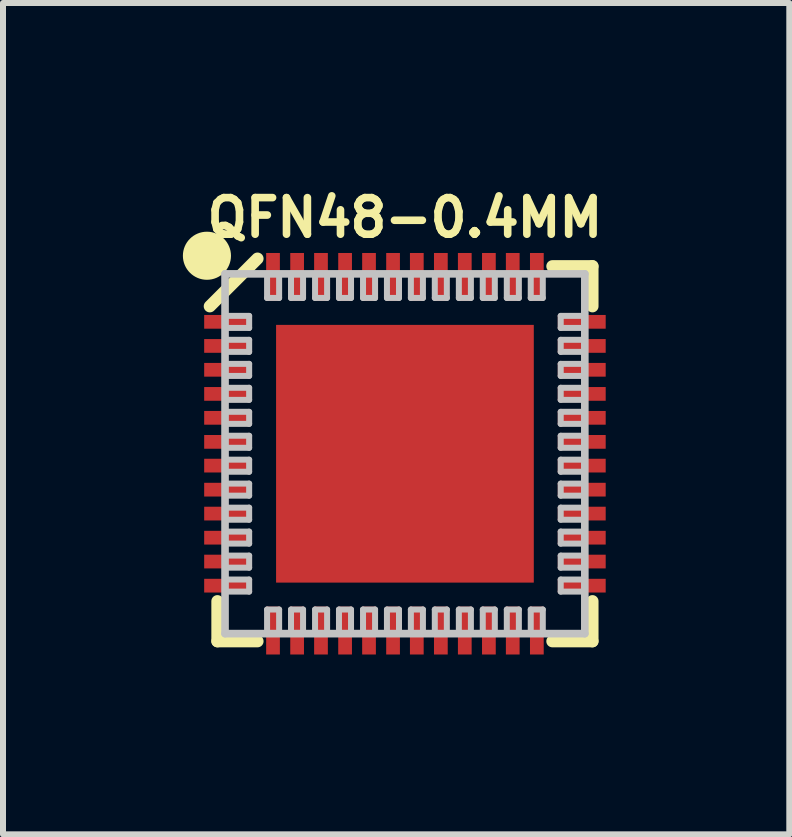
<source format=kicad_pcb>
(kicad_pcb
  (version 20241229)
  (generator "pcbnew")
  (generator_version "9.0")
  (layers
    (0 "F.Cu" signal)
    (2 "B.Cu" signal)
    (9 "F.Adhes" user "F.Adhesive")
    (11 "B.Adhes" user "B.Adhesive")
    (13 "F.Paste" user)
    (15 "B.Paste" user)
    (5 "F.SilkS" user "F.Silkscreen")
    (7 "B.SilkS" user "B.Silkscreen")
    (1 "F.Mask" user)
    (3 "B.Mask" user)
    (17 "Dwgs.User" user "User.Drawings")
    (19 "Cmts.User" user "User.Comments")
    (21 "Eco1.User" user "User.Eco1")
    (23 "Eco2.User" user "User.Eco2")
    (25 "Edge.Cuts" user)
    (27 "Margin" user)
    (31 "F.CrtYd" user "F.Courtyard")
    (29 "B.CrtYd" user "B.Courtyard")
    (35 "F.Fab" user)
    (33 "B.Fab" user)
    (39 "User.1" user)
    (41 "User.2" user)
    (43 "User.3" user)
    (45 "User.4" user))
  (footprint "QFN48-0.4MM"
    (layer "F.Cu")
    (at 3.703 4.517)
    (property "Reference" "QFN48-0.4MM" (at 0 -3.937 0) (layer "F.SilkS") (effects (font (size 0.61 0.61) (thickness 0.127))))
    (attr smd)
    (fp_line (start -3.127 2.459) (end -3.127 3.127) (stroke (width 0.203) (type solid)) (layer "F.SilkS"))
    (fp_line (start -3.127 3.127) (end -2.459 3.127) (stroke (width 0.203) (type solid)) (layer "F.SilkS"))
    (fp_line (start -2.459 -3.254) (end -3.254 -2.459) (stroke (width 0.203) (type solid)) (layer "F.SilkS"))
    (fp_line (start 2.459 3.127) (end 3.127 3.127) (stroke (width 0.203) (type solid)) (layer "F.SilkS"))
    (fp_line (start 3.127 -3.127) (end 2.459 -3.127) (stroke (width 0.203) (type solid)) (layer "F.SilkS"))
    (fp_line (start 3.127 -2.459) (end 3.127 -3.127) (stroke (width 0.203) (type solid)) (layer "F.SilkS"))
    (fp_line (start 3.127 3.127) (end 3.127 2.459) (stroke (width 0.203) (type solid)) (layer "F.SilkS"))
    (fp_circle (center -3.302 -3.302) (end -3.302 -3.703) (stroke (width 0) (type solid)) (fill yes) (layer "F.SilkS"))
    (fp_circle (center -3.302 -3.302) (end -3.175 -3.302) (stroke (width 0.254) (type solid)) (fill no) (layer "F.SilkS"))
    (fp_line (start -1.651 -1.651) (end -0.508 -1.651) (stroke (width 0.508) (type solid)) (layer "F.Paste"))
    (fp_line (start -1.651 -1.143) (end -0.508 -1.143) (stroke (width 0.508) (type solid)) (layer "F.Paste"))
    (fp_line (start -1.651 -0.889) (end -0.508 -0.889) (stroke (width 0.508) (type solid)) (layer "F.Paste"))
    (fp_line (start -1.651 -0.508) (end -1.651 -1.651) (stroke (width 0.508) (type solid)) (layer "F.Paste"))
    (fp_line (start -1.651 0.508) (end -0.508 0.508) (stroke (width 0.508) (type solid)) (layer "F.Paste"))
    (fp_line (start -1.651 0.889) (end -0.508 0.889) (stroke (width 0.508) (type solid)) (layer "F.Paste"))
    (fp_line (start -1.651 1.27) (end -0.508 1.27) (stroke (width 0.508) (type solid)) (layer "F.Paste"))
    (fp_line (start -1.651 1.651) (end -1.651 0.508) (stroke (width 0.508) (type solid)) (layer "F.Paste"))
    (fp_line (start -0.508 -1.651) (end -0.508 -0.508) (stroke (width 0.508) (type solid)) (layer "F.Paste"))
    (fp_line (start -0.508 -0.508) (end -1.651 -0.508) (stroke (width 0.508) (type solid)) (layer "F.Paste"))
    (fp_line (start -0.508 0.508) (end -0.508 1.651) (stroke (width 0.508) (type solid)) (layer "F.Paste"))
    (fp_line (start -0.508 1.651) (end -1.651 1.651) (stroke (width 0.508) (type solid)) (layer "F.Paste"))
    (fp_line (start 0.508 -1.651) (end 1.651 -1.651) (stroke (width 0.508) (type solid)) (layer "F.Paste"))
    (fp_line (start 0.508 -1.27) (end 1.651 -1.27) (stroke (width 0.508) (type solid)) (layer "F.Paste"))
    (fp_line (start 0.508 -0.889) (end 1.651 -0.889) (stroke (width 0.508) (type solid)) (layer "F.Paste"))
    (fp_line (start 0.508 -0.508) (end 0.508 -1.651) (stroke (width 0.508) (type solid)) (layer "F.Paste"))
    (fp_line (start 0.508 0.508) (end 1.651 0.508) (stroke (width 0.508) (type solid)) (layer "F.Paste"))
    (fp_line (start 0.508 0.889) (end 1.651 0.889) (stroke (width 0.508) (type solid)) (layer "F.Paste"))
    (fp_line (start 0.508 1.27) (end 1.651 1.27) (stroke (width 0.508) (type solid)) (layer "F.Paste"))
    (fp_line (start 0.508 1.651) (end 0.508 0.508) (stroke (width 0.508) (type solid)) (layer "F.Paste"))
    (fp_line (start 1.651 -1.651) (end 1.651 -0.508) (stroke (width 0.508) (type solid)) (layer "F.Paste"))
    (fp_line (start 1.651 -0.508) (end 0.508 -0.508) (stroke (width 0.508) (type solid)) (layer "F.Paste"))
    (fp_line (start 1.651 0.508) (end 1.651 1.651) (stroke (width 0.508) (type solid)) (layer "F.Paste"))
    (fp_line (start 1.651 1.651) (end 0.508 1.651) (stroke (width 0.508) (type solid)) (layer "F.Paste"))
    (fp_line (start -3 -3) (end -3 3) (stroke (width 0.127) (type solid)) (layer "Dwgs.User"))
    (fp_line (start -3 -2.299) (end -3 -2.098) (stroke (width 0.1) (type solid)) (layer "Dwgs.User"))
    (fp_line (start -3 -2.098) (end -2.598 -2.098) (stroke (width 0.1) (type solid)) (layer "Dwgs.User"))
    (fp_line (start -3 -1.9) (end -3 -1.699) (stroke (width 0.1) (type solid)) (layer "Dwgs.User"))
    (fp_line (start -3 -1.699) (end -2.598 -1.699) (stroke (width 0.1) (type solid)) (layer "Dwgs.User"))
    (fp_line (start -3 -1.499) (end -3 -1.298) (stroke (width 0.1) (type solid)) (layer "Dwgs.User"))
    (fp_line (start -3 -1.298) (end -2.598 -1.298) (stroke (width 0.1) (type solid)) (layer "Dwgs.User"))
    (fp_line (start -3 -1.1) (end -3 -0.899) (stroke (width 0.1) (type solid)) (layer "Dwgs.User"))
    (fp_line (start -3 -0.899) (end -2.598 -0.899) (stroke (width 0.1) (type solid)) (layer "Dwgs.User"))
    (fp_line (start -3 -0.699) (end -3 -0.498) (stroke (width 0.1) (type solid)) (layer "Dwgs.User"))
    (fp_line (start -3 -0.498) (end -2.598 -0.498) (stroke (width 0.1) (type solid)) (layer "Dwgs.User"))
    (fp_line (start -3 -0.3) (end -3 -0.099) (stroke (width 0.1) (type solid)) (layer "Dwgs.User"))
    (fp_line (start -3 -0.099) (end -2.598 -0.099) (stroke (width 0.1) (type solid)) (layer "Dwgs.User"))
    (fp_line (start -3 0.099) (end -3 0.3) (stroke (width 0.1) (type solid)) (layer "Dwgs.User"))
    (fp_line (start -3 0.3) (end -2.598 0.3) (stroke (width 0.1) (type solid)) (layer "Dwgs.User"))
    (fp_line (start -3 0.498) (end -3 0.699) (stroke (width 0.1) (type solid)) (layer "Dwgs.User"))
    (fp_line (start -3 0.699) (end -2.598 0.699) (stroke (width 0.1) (type solid)) (layer "Dwgs.User"))
    (fp_line (start -3 0.899) (end -3 1.1) (stroke (width 0.1) (type solid)) (layer "Dwgs.User"))
    (fp_line (start -3 1.1) (end -2.598 1.1) (stroke (width 0.1) (type solid)) (layer "Dwgs.User"))
    (fp_line (start -3 1.298) (end -3 1.499) (stroke (width 0.1) (type solid)) (layer "Dwgs.User"))
    (fp_line (start -3 1.499) (end -2.598 1.499) (stroke (width 0.1) (type solid)) (layer "Dwgs.User"))
    (fp_line (start -3 1.699) (end -3 1.9) (stroke (width 0.1) (type solid)) (layer "Dwgs.User"))
    (fp_line (start -3 1.9) (end -2.598 1.9) (stroke (width 0.1) (type solid)) (layer "Dwgs.User"))
    (fp_line (start -3 2.098) (end -3 2.299) (stroke (width 0.1) (type solid)) (layer "Dwgs.User"))
    (fp_line (start -3 2.299) (end -2.598 2.299) (stroke (width 0.1) (type solid)) (layer "Dwgs.User"))
    (fp_line (start -3 3) (end 3 3) (stroke (width 0.127) (type solid)) (layer "Dwgs.User"))
    (fp_line (start -2.598 -2.299) (end -3 -2.299) (stroke (width 0.1) (type solid)) (layer "Dwgs.User"))
    (fp_line (start -2.598 -2.098) (end -2.598 -2.299) (stroke (width 0.1) (type solid)) (layer "Dwgs.User"))
    (fp_line (start -2.598 -1.9) (end -3 -1.9) (stroke (width 0.1) (type solid)) (layer "Dwgs.User"))
    (fp_line (start -2.598 -1.699) (end -2.598 -1.9) (stroke (width 0.1) (type solid)) (layer "Dwgs.User"))
    (fp_line (start -2.598 -1.499) (end -3 -1.499) (stroke (width 0.1) (type solid)) (layer "Dwgs.User"))
    (fp_line (start -2.598 -1.298) (end -2.598 -1.499) (stroke (width 0.1) (type solid)) (layer "Dwgs.User"))
    (fp_line (start -2.598 -1.1) (end -3 -1.1) (stroke (width 0.1) (type solid)) (layer "Dwgs.User"))
    (fp_line (start -2.598 -0.899) (end -2.598 -1.1) (stroke (width 0.1) (type solid)) (layer "Dwgs.User"))
    (fp_line (start -2.598 -0.699) (end -3 -0.699) (stroke (width 0.1) (type solid)) (layer "Dwgs.User"))
    (fp_line (start -2.598 -0.498) (end -2.598 -0.699) (stroke (width 0.1) (type solid)) (layer "Dwgs.User"))
    (fp_line (start -2.598 -0.3) (end -3 -0.3) (stroke (width 0.1) (type solid)) (layer "Dwgs.User"))
    (fp_line (start -2.598 -0.099) (end -2.598 -0.3) (stroke (width 0.1) (type solid)) (layer "Dwgs.User"))
    (fp_line (start -2.598 0.099) (end -3 0.099) (stroke (width 0.1) (type solid)) (layer "Dwgs.User"))
    (fp_line (start -2.598 0.3) (end -2.598 0.099) (stroke (width 0.1) (type solid)) (layer "Dwgs.User"))
    (fp_line (start -2.598 0.498) (end -3 0.498) (stroke (width 0.1) (type solid)) (layer "Dwgs.User"))
    (fp_line (start -2.598 0.699) (end -2.598 0.498) (stroke (width 0.1) (type solid)) (layer "Dwgs.User"))
    (fp_line (start -2.598 0.899) (end -3 0.899) (stroke (width 0.1) (type solid)) (layer "Dwgs.User"))
    (fp_line (start -2.598 1.1) (end -2.598 0.899) (stroke (width 0.1) (type solid)) (layer "Dwgs.User"))
    (fp_line (start -2.598 1.298) (end -3 1.298) (stroke (width 0.1) (type solid)) (layer "Dwgs.User"))
    (fp_line (start -2.598 1.499) (end -2.598 1.298) (stroke (width 0.1) (type solid)) (layer "Dwgs.User"))
    (fp_line (start -2.598 1.699) (end -3 1.699) (stroke (width 0.1) (type solid)) (layer "Dwgs.User"))
    (fp_line (start -2.598 1.9) (end -2.598 1.699) (stroke (width 0.1) (type solid)) (layer "Dwgs.User"))
    (fp_line (start -2.598 2.098) (end -3 2.098) (stroke (width 0.1) (type solid)) (layer "Dwgs.User"))
    (fp_line (start -2.598 2.299) (end -2.598 2.098) (stroke (width 0.1) (type solid)) (layer "Dwgs.User"))
    (fp_line (start -2.299 -3) (end -2.299 -2.598) (stroke (width 0.1) (type solid)) (layer "Dwgs.User"))
    (fp_line (start -2.299 -2.598) (end -2.098 -2.598) (stroke (width 0.1) (type solid)) (layer "Dwgs.User"))
    (fp_line (start -2.299 2.598) (end -2.299 3) (stroke (width 0.1) (type solid)) (layer "Dwgs.User"))
    (fp_line (start -2.299 3) (end -2.098 3) (stroke (width 0.1) (type solid)) (layer "Dwgs.User"))
    (fp_line (start -2.098 -3) (end -2.299 -3) (stroke (width 0.1) (type solid)) (layer "Dwgs.User"))
    (fp_line (start -2.098 -2.598) (end -2.098 -3) (stroke (width 0.1) (type solid)) (layer "Dwgs.User"))
    (fp_line (start -2.098 2.598) (end -2.299 2.598) (stroke (width 0.1) (type solid)) (layer "Dwgs.User"))
    (fp_line (start -2.098 3) (end -2.098 2.598) (stroke (width 0.1) (type solid)) (layer "Dwgs.User"))
    (fp_line (start -1.9 -3) (end -1.9 -2.598) (stroke (width 0.1) (type solid)) (layer "Dwgs.User"))
    (fp_line (start -1.9 -2.598) (end -1.699 -2.598) (stroke (width 0.1) (type solid)) (layer "Dwgs.User"))
    (fp_line (start -1.9 2.598) (end -1.9 3) (stroke (width 0.1) (type solid)) (layer "Dwgs.User"))
    (fp_line (start -1.9 3) (end -1.699 3) (stroke (width 0.1) (type solid)) (layer "Dwgs.User"))
    (fp_line (start -1.699 -3) (end -1.9 -3) (stroke (width 0.1) (type solid)) (layer "Dwgs.User"))
    (fp_line (start -1.699 -2.598) (end -1.699 -3) (stroke (width 0.1) (type solid)) (layer "Dwgs.User"))
    (fp_line (start -1.699 2.598) (end -1.9 2.598) (stroke (width 0.1) (type solid)) (layer "Dwgs.User"))
    (fp_line (start -1.699 3) (end -1.699 2.598) (stroke (width 0.1) (type solid)) (layer "Dwgs.User"))
    (fp_line (start -1.499 -3) (end -1.499 -2.598) (stroke (width 0.1) (type solid)) (layer "Dwgs.User"))
    (fp_line (start -1.499 -2.598) (end -1.298 -2.598) (stroke (width 0.1) (type solid)) (layer "Dwgs.User"))
    (fp_line (start -1.499 2.598) (end -1.499 3) (stroke (width 0.1) (type solid)) (layer "Dwgs.User"))
    (fp_line (start -1.499 3) (end -1.298 3) (stroke (width 0.1) (type solid)) (layer "Dwgs.User"))
    (fp_line (start -1.298 -3) (end -1.499 -3) (stroke (width 0.1) (type solid)) (layer "Dwgs.User"))
    (fp_line (start -1.298 -2.598) (end -1.298 -3) (stroke (width 0.1) (type solid)) (layer "Dwgs.User"))
    (fp_line (start -1.298 2.598) (end -1.499 2.598) (stroke (width 0.1) (type solid)) (layer "Dwgs.User"))
    (fp_line (start -1.298 3) (end -1.298 2.598) (stroke (width 0.1) (type solid)) (layer "Dwgs.User"))
    (fp_line (start -1.1 -3) (end -1.1 -2.598) (stroke (width 0.1) (type solid)) (layer "Dwgs.User"))
    (fp_line (start -1.1 -2.598) (end -0.899 -2.598) (stroke (width 0.1) (type solid)) (layer "Dwgs.User"))
    (fp_line (start -1.1 2.598) (end -1.1 3) (stroke (width 0.1) (type solid)) (layer "Dwgs.User"))
    (fp_line (start -1.1 3) (end -0.899 3) (stroke (width 0.1) (type solid)) (layer "Dwgs.User"))
    (fp_line (start -0.899 -3) (end -1.1 -3) (stroke (width 0.1) (type solid)) (layer "Dwgs.User"))
    (fp_line (start -0.899 -2.598) (end -0.899 -3) (stroke (width 0.1) (type solid)) (layer "Dwgs.User"))
    (fp_line (start -0.899 2.598) (end -1.1 2.598) (stroke (width 0.1) (type solid)) (layer "Dwgs.User"))
    (fp_line (start -0.899 3) (end -0.899 2.598) (stroke (width 0.1) (type solid)) (layer "Dwgs.User"))
    (fp_line (start -0.699 -3) (end -0.699 -2.598) (stroke (width 0.1) (type solid)) (layer "Dwgs.User"))
    (fp_line (start -0.699 -2.598) (end -0.498 -2.598) (stroke (width 0.1) (type solid)) (layer "Dwgs.User"))
    (fp_line (start -0.699 2.598) (end -0.699 3) (stroke (width 0.1) (type solid)) (layer "Dwgs.User"))
    (fp_line (start -0.699 3) (end -0.498 3) (stroke (width 0.1) (type solid)) (layer "Dwgs.User"))
    (fp_line (start -0.498 -3) (end -0.699 -3) (stroke (width 0.1) (type solid)) (layer "Dwgs.User"))
    (fp_line (start -0.498 -2.598) (end -0.498 -3) (stroke (width 0.1) (type solid)) (layer "Dwgs.User"))
    (fp_line (start -0.498 2.598) (end -0.699 2.598) (stroke (width 0.1) (type solid)) (layer "Dwgs.User"))
    (fp_line (start -0.498 3) (end -0.498 2.598) (stroke (width 0.1) (type solid)) (layer "Dwgs.User"))
    (fp_line (start -0.3 -3) (end -0.3 -2.598) (stroke (width 0.1) (type solid)) (layer "Dwgs.User"))
    (fp_line (start -0.3 -2.598) (end -0.099 -2.598) (stroke (width 0.1) (type solid)) (layer "Dwgs.User"))
    (fp_line (start -0.3 2.598) (end -0.3 3) (stroke (width 0.1) (type solid)) (layer "Dwgs.User"))
    (fp_line (start -0.3 3) (end -0.099 3) (stroke (width 0.1) (type solid)) (layer "Dwgs.User"))
    (fp_line (start -0.099 -3) (end -0.3 -3) (stroke (width 0.1) (type solid)) (layer "Dwgs.User"))
    (fp_line (start -0.099 -2.598) (end -0.099 -3) (stroke (width 0.1) (type solid)) (layer "Dwgs.User"))
    (fp_line (start -0.099 2.598) (end -0.3 2.598) (stroke (width 0.1) (type solid)) (layer "Dwgs.User"))
    (fp_line (start -0.099 3) (end -0.099 2.598) (stroke (width 0.1) (type solid)) (layer "Dwgs.User"))
    (fp_line (start 0.099 -3) (end 0.099 -2.598) (stroke (width 0.1) (type solid)) (layer "Dwgs.User"))
    (fp_line (start 0.099 -2.598) (end 0.3 -2.598) (stroke (width 0.1) (type solid)) (layer "Dwgs.User"))
    (fp_line (start 0.099 2.598) (end 0.099 3) (stroke (width 0.1) (type solid)) (layer "Dwgs.User"))
    (fp_line (start 0.099 3) (end 0.3 3) (stroke (width 0.1) (type solid)) (layer "Dwgs.User"))
    (fp_line (start 0.3 -3) (end 0.099 -3) (stroke (width 0.1) (type solid)) (layer "Dwgs.User"))
    (fp_line (start 0.3 -2.598) (end 0.3 -3) (stroke (width 0.1) (type solid)) (layer "Dwgs.User"))
    (fp_line (start 0.3 2.598) (end 0.099 2.598) (stroke (width 0.1) (type solid)) (layer "Dwgs.User"))
    (fp_line (start 0.3 3) (end 0.3 2.598) (stroke (width 0.1) (type solid)) (layer "Dwgs.User"))
    (fp_line (start 0.498 -3) (end 0.498 -2.598) (stroke (width 0.1) (type solid)) (layer "Dwgs.User"))
    (fp_line (start 0.498 -2.598) (end 0.699 -2.598) (stroke (width 0.1) (type solid)) (layer "Dwgs.User"))
    (fp_line (start 0.498 2.598) (end 0.498 3) (stroke (width 0.1) (type solid)) (layer "Dwgs.User"))
    (fp_line (start 0.498 3) (end 0.699 3) (stroke (width 0.1) (type solid)) (layer "Dwgs.User"))
    (fp_line (start 0.699 -3) (end 0.498 -3) (stroke (width 0.1) (type solid)) (layer "Dwgs.User"))
    (fp_line (start 0.699 -2.598) (end 0.699 -3) (stroke (width 0.1) (type solid)) (layer "Dwgs.User"))
    (fp_line (start 0.699 2.598) (end 0.498 2.598) (stroke (width 0.1) (type solid)) (layer "Dwgs.User"))
    (fp_line (start 0.699 3) (end 0.699 2.598) (stroke (width 0.1) (type solid)) (layer "Dwgs.User"))
    (fp_line (start 0.899 -3) (end 0.899 -2.598) (stroke (width 0.1) (type solid)) (layer "Dwgs.User"))
    (fp_line (start 0.899 -2.598) (end 1.1 -2.598) (stroke (width 0.1) (type solid)) (layer "Dwgs.User"))
    (fp_line (start 0.899 2.598) (end 0.899 3) (stroke (width 0.1) (type solid)) (layer "Dwgs.User"))
    (fp_line (start 0.899 3) (end 1.1 3) (stroke (width 0.1) (type solid)) (layer "Dwgs.User"))
    (fp_line (start 1.1 -3) (end 0.899 -3) (stroke (width 0.1) (type solid)) (layer "Dwgs.User"))
    (fp_line (start 1.1 -2.598) (end 1.1 -3) (stroke (width 0.1) (type solid)) (layer "Dwgs.User"))
    (fp_line (start 1.1 2.598) (end 0.899 2.598) (stroke (width 0.1) (type solid)) (layer "Dwgs.User"))
    (fp_line (start 1.1 3) (end 1.1 2.598) (stroke (width 0.1) (type solid)) (layer "Dwgs.User"))
    (fp_line (start 1.298 -3) (end 1.298 -2.598) (stroke (width 0.1) (type solid)) (layer "Dwgs.User"))
    (fp_line (start 1.298 -2.598) (end 1.499 -2.598) (stroke (width 0.1) (type solid)) (layer "Dwgs.User"))
    (fp_line (start 1.298 2.598) (end 1.298 3) (stroke (width 0.1) (type solid)) (layer "Dwgs.User"))
    (fp_line (start 1.298 3) (end 1.499 3) (stroke (width 0.1) (type solid)) (layer "Dwgs.User"))
    (fp_line (start 1.499 -3) (end 1.298 -3) (stroke (width 0.1) (type solid)) (layer "Dwgs.User"))
    (fp_line (start 1.499 -2.598) (end 1.499 -3) (stroke (width 0.1) (type solid)) (layer "Dwgs.User"))
    (fp_line (start 1.499 2.598) (end 1.298 2.598) (stroke (width 0.1) (type solid)) (layer "Dwgs.User"))
    (fp_line (start 1.499 3) (end 1.499 2.598) (stroke (width 0.1) (type solid)) (layer "Dwgs.User"))
    (fp_line (start 1.699 -3) (end 1.699 -2.598) (stroke (width 0.1) (type solid)) (layer "Dwgs.User"))
    (fp_line (start 1.699 -2.598) (end 1.9 -2.598) (stroke (width 0.1) (type solid)) (layer "Dwgs.User"))
    (fp_line (start 1.699 2.598) (end 1.699 3) (stroke (width 0.1) (type solid)) (layer "Dwgs.User"))
    (fp_line (start 1.699 3) (end 1.9 3) (stroke (width 0.1) (type solid)) (layer "Dwgs.User"))
    (fp_line (start 1.9 -3) (end 1.699 -3) (stroke (width 0.1) (type solid)) (layer "Dwgs.User"))
    (fp_line (start 1.9 -2.598) (end 1.9 -3) (stroke (width 0.1) (type solid)) (layer "Dwgs.User"))
    (fp_line (start 1.9 2.598) (end 1.699 2.598) (stroke (width 0.1) (type solid)) (layer "Dwgs.User"))
    (fp_line (start 1.9 3) (end 1.9 2.598) (stroke (width 0.1) (type solid)) (layer "Dwgs.User"))
    (fp_line (start 2.098 -3) (end 2.098 -2.598) (stroke (width 0.1) (type solid)) (layer "Dwgs.User"))
    (fp_line (start 2.098 -2.598) (end 2.299 -2.598) (stroke (width 0.1) (type solid)) (layer "Dwgs.User"))
    (fp_line (start 2.098 2.598) (end 2.098 3) (stroke (width 0.1) (type solid)) (layer "Dwgs.User"))
    (fp_line (start 2.098 3) (end 2.299 3) (stroke (width 0.1) (type solid)) (layer "Dwgs.User"))
    (fp_line (start 2.299 -3) (end 2.098 -3) (stroke (width 0.1) (type solid)) (layer "Dwgs.User"))
    (fp_line (start 2.299 -2.598) (end 2.299 -3) (stroke (width 0.1) (type solid)) (layer "Dwgs.User"))
    (fp_line (start 2.299 2.598) (end 2.098 2.598) (stroke (width 0.1) (type solid)) (layer "Dwgs.User"))
    (fp_line (start 2.299 3) (end 2.299 2.598) (stroke (width 0.1) (type solid)) (layer "Dwgs.User"))
    (fp_line (start 2.598 -2.299) (end 2.598 -2.098) (stroke (width 0.1) (type solid)) (layer "Dwgs.User"))
    (fp_line (start 2.598 -2.098) (end 3 -2.098) (stroke (width 0.1) (type solid)) (layer "Dwgs.User"))
    (fp_line (start 2.598 -1.9) (end 2.598 -1.699) (stroke (width 0.1) (type solid)) (layer "Dwgs.User"))
    (fp_line (start 2.598 -1.699) (end 3 -1.699) (stroke (width 0.1) (type solid)) (layer "Dwgs.User"))
    (fp_line (start 2.598 -1.499) (end 2.598 -1.298) (stroke (width 0.1) (type solid)) (layer "Dwgs.User"))
    (fp_line (start 2.598 -1.298) (end 3 -1.298) (stroke (width 0.1) (type solid)) (layer "Dwgs.User"))
    (fp_line (start 2.598 -1.1) (end 2.598 -0.899) (stroke (width 0.1) (type solid)) (layer "Dwgs.User"))
    (fp_line (start 2.598 -0.899) (end 3 -0.899) (stroke (width 0.1) (type solid)) (layer "Dwgs.User"))
    (fp_line (start 2.598 -0.699) (end 2.598 -0.498) (stroke (width 0.1) (type solid)) (layer "Dwgs.User"))
    (fp_line (start 2.598 -0.498) (end 3 -0.498) (stroke (width 0.1) (type solid)) (layer "Dwgs.User"))
    (fp_line (start 2.598 -0.3) (end 2.598 -0.099) (stroke (width 0.1) (type solid)) (layer "Dwgs.User"))
    (fp_line (start 2.598 -0.099) (end 3 -0.099) (stroke (width 0.1) (type solid)) (layer "Dwgs.User"))
    (fp_line (start 2.598 0.099) (end 2.598 0.3) (stroke (width 0.1) (type solid)) (layer "Dwgs.User"))
    (fp_line (start 2.598 0.3) (end 3 0.3) (stroke (width 0.1) (type solid)) (layer "Dwgs.User"))
    (fp_line (start 2.598 0.498) (end 2.598 0.699) (stroke (width 0.1) (type solid)) (layer "Dwgs.User"))
    (fp_line (start 2.598 0.699) (end 3 0.699) (stroke (width 0.1) (type solid)) (layer "Dwgs.User"))
    (fp_line (start 2.598 0.899) (end 2.598 1.1) (stroke (width 0.1) (type solid)) (layer "Dwgs.User"))
    (fp_line (start 2.598 1.1) (end 3 1.1) (stroke (width 0.1) (type solid)) (layer "Dwgs.User"))
    (fp_line (start 2.598 1.298) (end 2.598 1.499) (stroke (width 0.1) (type solid)) (layer "Dwgs.User"))
    (fp_line (start 2.598 1.499) (end 3 1.499) (stroke (width 0.1) (type solid)) (layer "Dwgs.User"))
    (fp_line (start 2.598 1.699) (end 2.598 1.9) (stroke (width 0.1) (type solid)) (layer "Dwgs.User"))
    (fp_line (start 2.598 1.9) (end 3 1.9) (stroke (width 0.1) (type solid)) (layer "Dwgs.User"))
    (fp_line (start 2.598 2.098) (end 2.598 2.299) (stroke (width 0.1) (type solid)) (layer "Dwgs.User"))
    (fp_line (start 2.598 2.299) (end 3 2.299) (stroke (width 0.1) (type solid)) (layer "Dwgs.User"))
    (fp_line (start 3 -3) (end -3 -3) (stroke (width 0.127) (type solid)) (layer "Dwgs.User"))
    (fp_line (start 3 -2.299) (end 2.598 -2.299) (stroke (width 0.1) (type solid)) (layer "Dwgs.User"))
    (fp_line (start 3 -2.098) (end 3 -2.299) (stroke (width 0.1) (type solid)) (layer "Dwgs.User"))
    (fp_line (start 3 -1.9) (end 2.598 -1.9) (stroke (width 0.1) (type solid)) (layer "Dwgs.User"))
    (fp_line (start 3 -1.699) (end 3 -1.9) (stroke (width 0.1) (type solid)) (layer "Dwgs.User"))
    (fp_line (start 3 -1.499) (end 2.598 -1.499) (stroke (width 0.1) (type solid)) (layer "Dwgs.User"))
    (fp_line (start 3 -1.298) (end 3 -1.499) (stroke (width 0.1) (type solid)) (layer "Dwgs.User"))
    (fp_line (start 3 -1.1) (end 2.598 -1.1) (stroke (width 0.1) (type solid)) (layer "Dwgs.User"))
    (fp_line (start 3 -0.899) (end 3 -1.1) (stroke (width 0.1) (type solid)) (layer "Dwgs.User"))
    (fp_line (start 3 -0.699) (end 2.598 -0.699) (stroke (width 0.1) (type solid)) (layer "Dwgs.User"))
    (fp_line (start 3 -0.498) (end 3 -0.699) (stroke (width 0.1) (type solid)) (layer "Dwgs.User"))
    (fp_line (start 3 -0.3) (end 2.598 -0.3) (stroke (width 0.1) (type solid)) (layer "Dwgs.User"))
    (fp_line (start 3 -0.099) (end 3 -0.3) (stroke (width 0.1) (type solid)) (layer "Dwgs.User"))
    (fp_line (start 3 0.099) (end 2.598 0.099) (stroke (width 0.1) (type solid)) (layer "Dwgs.User"))
    (fp_line (start 3 0.3) (end 3 0.099) (stroke (width 0.1) (type solid)) (layer "Dwgs.User"))
    (fp_line (start 3 0.498) (end 2.598 0.498) (stroke (width 0.1) (type solid)) (layer "Dwgs.User"))
    (fp_line (start 3 0.699) (end 3 0.498) (stroke (width 0.1) (type solid)) (layer "Dwgs.User"))
    (fp_line (start 3 0.899) (end 2.598 0.899) (stroke (width 0.1) (type solid)) (layer "Dwgs.User"))
    (fp_line (start 3 1.1) (end 3 0.899) (stroke (width 0.1) (type solid)) (layer "Dwgs.User"))
    (fp_line (start 3 1.298) (end 2.598 1.298) (stroke (width 0.1) (type solid)) (layer "Dwgs.User"))
    (fp_line (start 3 1.499) (end 3 1.298) (stroke (width 0.1) (type solid)) (layer "Dwgs.User"))
    (fp_line (start 3 1.699) (end 2.598 1.699) (stroke (width 0.1) (type solid)) (layer "Dwgs.User"))
    (fp_line (start 3 1.9) (end 3 1.699) (stroke (width 0.1) (type solid)) (layer "Dwgs.User"))
    (fp_line (start 3 2.098) (end 2.598 2.098) (stroke (width 0.1) (type solid)) (layer "Dwgs.User"))
    (fp_line (start 3 2.299) (end 3 2.098) (stroke (width 0.1) (type solid)) (layer "Dwgs.User"))
    (fp_line (start 3 3) (end 3 -3) (stroke (width 0.127) (type solid)) (layer "Dwgs.User"))
    (pad "1" smd rect (at -2.949 -2.2 270) (size 0.229 0.798) (layers "F.Cu" "F.Mask" "F.Paste"))
    (pad "2" smd rect (at -2.949 -1.798 270) (size 0.229 0.798) (layers "F.Cu" "F.Mask" "F.Paste"))
    (pad "3" smd rect (at -2.949 -1.4 270) (size 0.229 0.798) (layers "F.Cu" "F.Mask" "F.Paste"))
    (pad "4" smd rect (at -2.949 -0.998 270) (size 0.229 0.798) (layers "F.Cu" "F.Mask" "F.Paste"))
    (pad "5" smd rect (at -2.949 -0.599 270) (size 0.229 0.798) (layers "F.Cu" "F.Mask" "F.Paste"))
    (pad "6" smd rect (at -2.949 -0.198 270) (size 0.229 0.798) (layers "F.Cu" "F.Mask" "F.Paste"))
    (pad "7" smd rect (at -2.949 0.198 270) (size 0.229 0.798) (layers "F.Cu" "F.Mask" "F.Paste"))
    (pad "8" smd rect (at -2.949 0.599 270) (size 0.229 0.798) (layers "F.Cu" "F.Mask" "F.Paste"))
    (pad "9" smd rect (at -2.949 0.998 270) (size 0.229 0.798) (layers "F.Cu" "F.Mask" "F.Paste"))
    (pad "10" smd rect (at -2.949 1.4 270) (size 0.229 0.798) (layers "F.Cu" "F.Mask" "F.Paste"))
    (pad "11" smd rect (at -2.949 1.798 270) (size 0.229 0.798) (layers "F.Cu" "F.Mask" "F.Paste"))
    (pad "12" smd rect (at -2.949 2.2 270) (size 0.229 0.798) (layers "F.Cu" "F.Mask" "F.Paste"))
    (pad "13" smd rect (at -2.2 2.949) (size 0.229 0.798) (layers "F.Cu" "F.Mask" "F.Paste"))
    (pad "14" smd rect (at -1.798 2.949) (size 0.229 0.798) (layers "F.Cu" "F.Mask" "F.Paste"))
    (pad "15" smd rect (at -1.4 2.949) (size 0.229 0.798) (layers "F.Cu" "F.Mask" "F.Paste"))
    (pad "16" smd rect (at -0.998 2.949) (size 0.229 0.798) (layers "F.Cu" "F.Mask" "F.Paste"))
    (pad "17" smd rect (at -0.599 2.949) (size 0.229 0.798) (layers "F.Cu" "F.Mask" "F.Paste"))
    (pad "18" smd rect (at -0.198 2.949) (size 0.229 0.798) (layers "F.Cu" "F.Mask" "F.Paste"))
    (pad "19" smd rect (at 0.198 2.949) (size 0.229 0.798) (layers "F.Cu" "F.Mask" "F.Paste"))
    (pad "20" smd rect (at 0.599 2.949) (size 0.229 0.798) (layers "F.Cu" "F.Mask" "F.Paste"))
    (pad "21" smd rect (at 0.998 2.949) (size 0.229 0.798) (layers "F.Cu" "F.Mask" "F.Paste"))
    (pad "22" smd rect (at 1.4 2.949) (size 0.229 0.798) (layers "F.Cu" "F.Mask" "F.Paste"))
    (pad "23" smd rect (at 1.798 2.949) (size 0.229 0.798) (layers "F.Cu" "F.Mask" "F.Paste"))
    (pad "24" smd rect (at 2.2 2.949) (size 0.229 0.798) (layers "F.Cu" "F.Mask" "F.Paste"))
    (pad "25" smd rect (at 2.949 2.2 90) (size 0.229 0.798) (layers "F.Cu" "F.Mask" "F.Paste"))
    (pad "26" smd rect (at 2.949 1.798 90) (size 0.229 0.798) (layers "F.Cu" "F.Mask" "F.Paste"))
    (pad "27" smd rect (at 2.949 1.4 90) (size 0.229 0.798) (layers "F.Cu" "F.Mask" "F.Paste"))
    (pad "28" smd rect (at 2.949 0.998 90) (size 0.229 0.798) (layers "F.Cu" "F.Mask" "F.Paste"))
    (pad "29" smd rect (at 2.949 0.599 90) (size 0.229 0.798) (layers "F.Cu" "F.Mask" "F.Paste"))
    (pad "30" smd rect (at 2.949 0.198 90) (size 0.229 0.798) (layers "F.Cu" "F.Mask" "F.Paste"))
    (pad "31" smd rect (at 2.949 -0.198 90) (size 0.229 0.798) (layers "F.Cu" "F.Mask" "F.Paste"))
    (pad "32" smd rect (at 2.949 -0.599 90) (size 0.229 0.798) (layers "F.Cu" "F.Mask" "F.Paste"))
    (pad "33" smd rect (at 2.949 -0.998 90) (size 0.229 0.798) (layers "F.Cu" "F.Mask" "F.Paste"))
    (pad "34" smd rect (at 2.949 -1.4 90) (size 0.229 0.798) (layers "F.Cu" "F.Mask" "F.Paste"))
    (pad "35" smd rect (at 2.949 -1.798 90) (size 0.229 0.798) (layers "F.Cu" "F.Mask" "F.Paste"))
    (pad "36" smd rect (at 2.949 -2.2 90) (size 0.229 0.798) (layers "F.Cu" "F.Mask" "F.Paste"))
    (pad "37" smd rect (at 2.2 -2.949 180) (size 0.229 0.798) (layers "F.Cu" "F.Mask" "F.Paste"))
    (pad "38" smd rect (at 1.798 -2.949 180) (size 0.229 0.798) (layers "F.Cu" "F.Mask" "F.Paste"))
    (pad "39" smd rect (at 1.4 -2.949 180) (size 0.229 0.798) (layers "F.Cu" "F.Mask" "F.Paste"))
    (pad "40" smd rect (at 0.998 -2.949 180) (size 0.229 0.798) (layers "F.Cu" "F.Mask" "F.Paste"))
    (pad "41" smd rect (at 0.599 -2.949 180) (size 0.229 0.798) (layers "F.Cu" "F.Mask" "F.Paste"))
    (pad "42" smd rect (at 0.198 -2.949 180) (size 0.229 0.798) (layers "F.Cu" "F.Mask" "F.Paste"))
    (pad "43" smd rect (at -0.198 -2.949 180) (size 0.229 0.798) (layers "F.Cu" "F.Mask" "F.Paste"))
    (pad "44" smd rect (at -0.599 -2.949 180) (size 0.229 0.798) (layers "F.Cu" "F.Mask" "F.Paste"))
    (pad "45" smd rect (at -0.998 -2.949 180) (size 0.229 0.798) (layers "F.Cu" "F.Mask" "F.Paste"))
    (pad "46" smd rect (at -1.4 -2.949 180) (size 0.229 0.798) (layers "F.Cu" "F.Mask" "F.Paste"))
    (pad "47" smd rect (at -1.798 -2.949 180) (size 0.229 0.798) (layers "F.Cu" "F.Mask" "F.Paste"))
    (pad "48" smd rect (at -2.2 -2.949 180) (size 0.229 0.798) (layers "F.Cu" "F.Mask" "F.Paste"))
    (pad "EP" smd rect (at 0 0) (size 4.298 4.298) (layers "F.Cu" "F.Mask")))
  (gr_rect
    (start -3 -3)
    (end 10.113 10.864)
    (stroke (width 0.1) (type default))
    (fill no)
    (layer "Edge.Cuts")))
</source>
